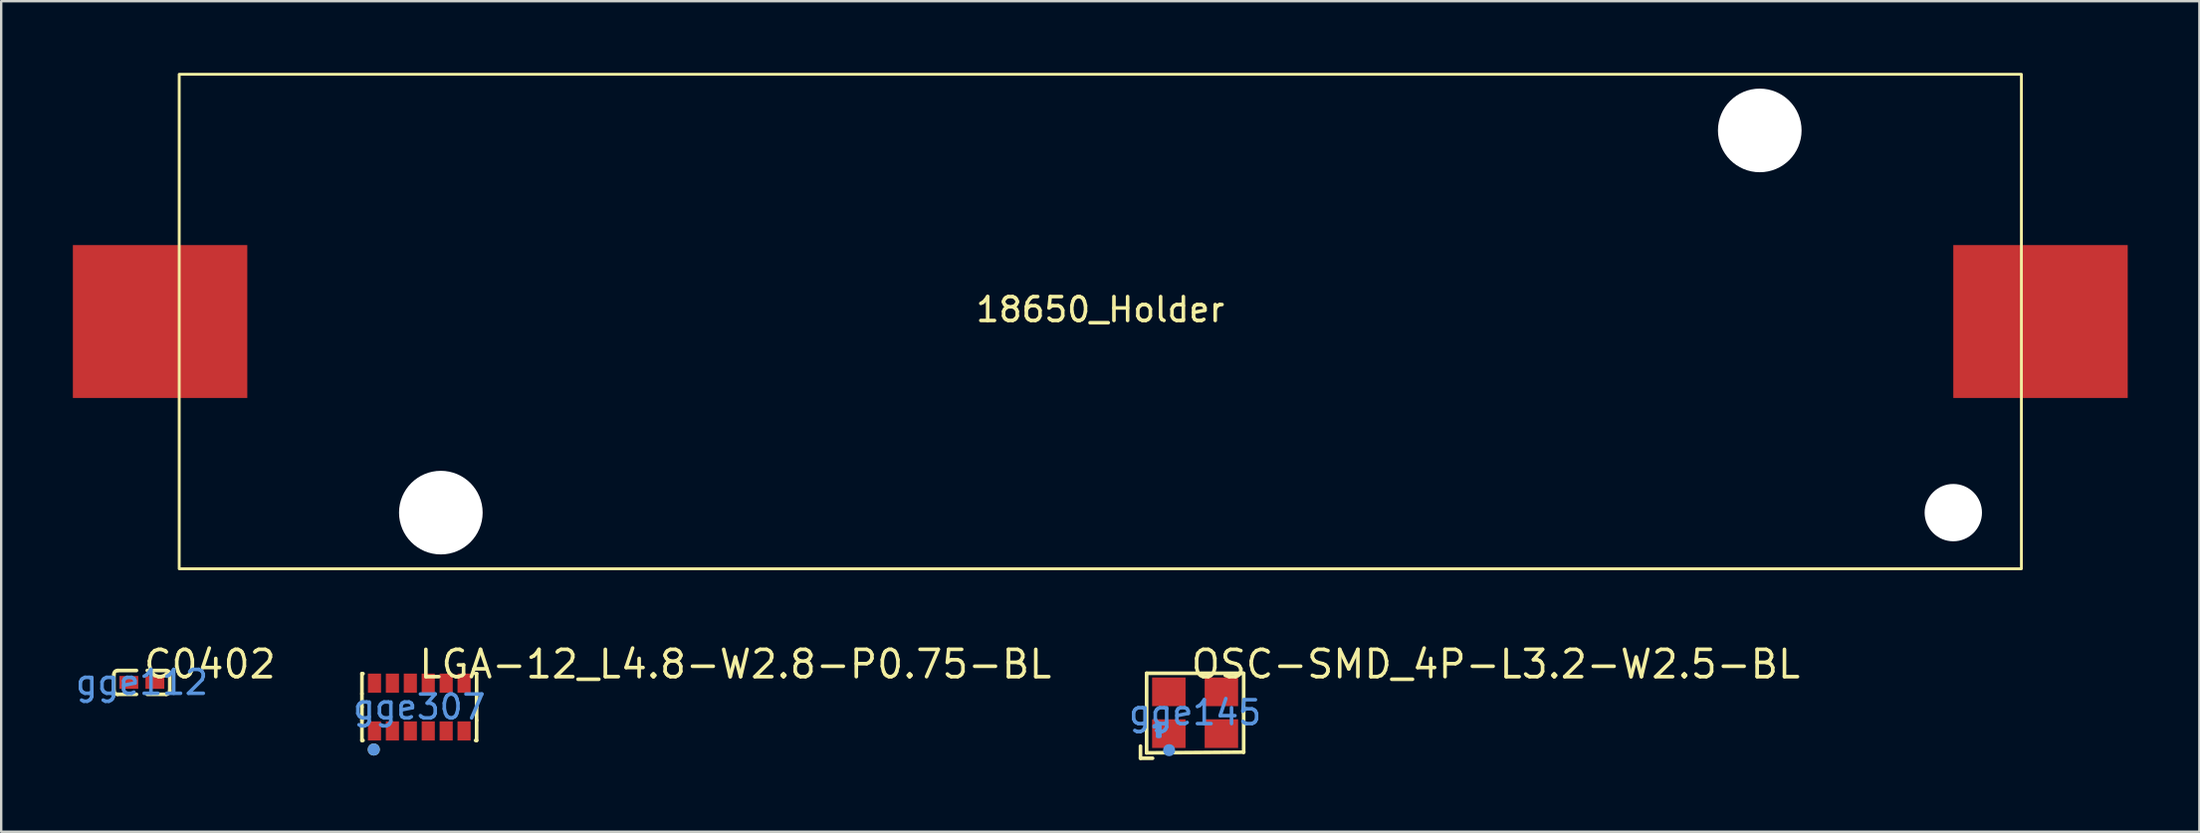
<source format=kicad_pcb>
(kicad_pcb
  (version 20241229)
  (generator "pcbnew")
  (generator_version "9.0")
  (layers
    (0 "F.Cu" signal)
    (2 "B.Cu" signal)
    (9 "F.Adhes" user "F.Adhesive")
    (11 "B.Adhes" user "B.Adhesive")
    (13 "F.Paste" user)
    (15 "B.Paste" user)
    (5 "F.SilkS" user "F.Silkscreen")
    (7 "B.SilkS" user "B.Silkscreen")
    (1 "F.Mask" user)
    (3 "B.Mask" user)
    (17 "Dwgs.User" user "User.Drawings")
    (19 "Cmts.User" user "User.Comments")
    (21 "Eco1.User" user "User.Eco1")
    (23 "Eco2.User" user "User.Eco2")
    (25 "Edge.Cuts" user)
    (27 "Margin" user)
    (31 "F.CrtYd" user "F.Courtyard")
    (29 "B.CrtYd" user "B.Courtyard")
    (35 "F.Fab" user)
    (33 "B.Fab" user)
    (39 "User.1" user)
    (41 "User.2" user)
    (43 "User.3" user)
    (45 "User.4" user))
  (footprint "C0402"
    (layer "F.Cu")
    (at 2.887 25.517)
    (property "Reference" "C0402" (at 0 -0.762 0) (layer "F.SilkS") (effects (font (size 1.143 1.143) (thickness 0.152)) (justify left)))
    (attr smd)
    (fp_line (start -1.169 0.346) (end -1.169 -0.346) (stroke (width 0.152) (type solid)) (layer "F.SilkS"))
    (fp_line (start -1.016 -0.499) (end -0.226 -0.499) (stroke (width 0.152) (type solid)) (layer "F.SilkS"))
    (fp_line (start -0.226 0.499) (end -1.016 0.499) (stroke (width 0.152) (type solid)) (layer "F.SilkS"))
    (fp_line (start 0.226 0.499) (end 1.016 0.499) (stroke (width 0.152) (type solid)) (layer "F.SilkS"))
    (fp_line (start 1.016 -0.499) (end 0.226 -0.499) (stroke (width 0.152) (type solid)) (layer "F.SilkS"))
    (fp_line (start 1.169 0.346) (end 1.169 -0.346) (stroke (width 0.152) (type solid)) (layer "F.SilkS"))
    (fp_arc (start -1.169 -0.346) (mid -1.124187 -0.454187) (end -1.016 -0.499) (stroke (width 0.152) (type solid)) (layer "F.SilkS"))
    (fp_arc (start -1.016 0.499) (mid -1.124187 0.454187) (end -1.169 0.346) (stroke (width 0.152) (type solid)) (layer "F.SilkS"))
    (fp_arc (start 1.016 -0.499) (mid 1.124187 -0.454187) (end 1.169 -0.346) (stroke (width 0.152) (type solid)) (layer "F.SilkS"))
    (fp_arc (start 1.169 0.346) (mid 1.124187 0.454187) (end 1.016 0.499) (stroke (width 0.152) (type solid)) (layer "F.SilkS"))
    (fp_poly (pts (xy -0.18 -0.225) (xy -0.18 0.225) (xy -0.25 0.275) (xy -0.73 0.275) (xy -0.78 0.225) (xy -0.78 -0.225) (xy -0.73 -0.275) (xy -0.25 -0.275)) (stroke (width 0) (type solid)) (fill yes) (layer "F.Paste"))
    (fp_poly (pts (xy 0.78 -0.225) (xy 0.78 0.225) (xy 0.73 0.275) (xy 0.25 0.275) (xy 0.18 0.225) (xy 0.18 -0.225) (xy 0.25 -0.275) (xy 0.73 -0.275)) (stroke (width 0) (type solid)) (fill yes) (layer "F.Paste"))
    (fp_text user "gge112" (at 0 0 0) (layer "Cmts.User") (effects (font (size 1 1) (thickness 0.15))))
    (pad "1" smd rect (at -0.545 0) (size 0.79 0.54) (layers "F.Cu" "F.Mask" "F.Paste"))
    (pad "2" smd rect (at 0.545 0) (size 0.79 0.54) (layers "F.Cu" "F.Mask" "F.Paste")))
  (footprint "OSC-SMD_4P-L3.2-W2.5-BL"
    (layer "F.Cu")
    (at 46.968 26.787)
    (property "Reference" "OSC-SMD_4P-L3.2-W2.5-BL" (at -0.254 -2.032 0) (layer "F.SilkS") (effects (font (size 1.143 1.143) (thickness 0.152)) (justify left)))
    (attr smd)
    (fp_line (start -2.286 1.397) (end -2.286 1.905) (stroke (width 0.152) (type solid)) (layer "F.SilkS"))
    (fp_line (start -2.286 1.905) (end -1.778 1.905) (stroke (width 0.152) (type solid)) (layer "F.SilkS"))
    (fp_line (start -2.029 -1.651) (end 2.032 -1.651) (stroke (width 0.152) (type solid)) (layer "F.SilkS"))
    (fp_line (start -2.029 1.679) (end -2.029 -1.651) (stroke (width 0.152) (type solid)) (layer "F.SilkS"))
    (fp_line (start 2.032 -1.651) (end 2.032 0) (stroke (width 0.152) (type solid)) (layer "F.SilkS"))
    (fp_line (start 2.032 0) (end 2.032 1.651) (stroke (width 0.152) (type solid)) (layer "F.SilkS"))
    (fp_line (start 2.032 1.651) (end -2.029 1.679) (stroke (width 0.152) (type solid)) (layer "F.SilkS"))
    (fp_line (start 2.032 1.651) (end 2.032 1.651) (stroke (width 0.152) (type solid)) (layer "F.SilkS"))
    (fp_circle (center -1.088 1.567) (end -0.961 1.567) (stroke (width 0.254) (type solid)) (fill no) (layer "Cmts.User"))
    (fp_poly (pts (xy -1.738 0.536) (xy -1.702 0.536) (xy -1.702 0.608) (xy -1.738 0.608)) (stroke (width 0.1) (type solid)) (fill no) (layer "Cmts.User"))
    (fp_poly (pts (xy -1.702 0.536) (xy -1.666 0.536) (xy -1.666 0.608) (xy -1.702 0.608)) (stroke (width 0.1) (type solid)) (fill no) (layer "Cmts.User"))
    (fp_poly (pts (xy -1.666 0.5) (xy -1.63 0.5) (xy -1.63 0.608) (xy -1.666 0.608)) (stroke (width 0.1) (type solid)) (fill no) (layer "Cmts.User"))
    (fp_poly (pts (xy -1.63 0.464) (xy -1.594 0.464) (xy -1.594 0.572) (xy -1.63 0.572)) (stroke (width 0.1) (type solid)) (fill no) (layer "Cmts.User"))
    (fp_poly (pts (xy -1.594 0.464) (xy -1.558 0.464) (xy -1.558 1.004) (xy -1.594 1.004)) (stroke (width 0.1) (type solid)) (fill no) (layer "Cmts.User"))
    (fp_poly (pts (xy -1.558 0.428) (xy -1.522 0.428) (xy -1.522 1.004) (xy -1.558 1.004)) (stroke (width 0.1) (type solid)) (fill no) (layer "Cmts.User"))
    (fp_poly (pts (xy -1.522 0.428) (xy -1.486 0.428) (xy -1.486 1.004) (xy -1.522 1.004)) (stroke (width 0.1) (type solid)) (fill no) (layer "Cmts.User"))
    (fp_poly (pts (xy -1.486 0.428) (xy -1.45 0.428) (xy -1.45 1.004) (xy -1.486 1.004)) (stroke (width 0.1) (type solid)) (fill no) (layer "Cmts.User"))
    (fp_text user "gge145" (at 0 0 0) (layer "Cmts.User") (effects (font (size 1 1) (thickness 0.15))))
    (pad "1" smd rect (at -1.1 0.875) (size 1.4 1.2) (layers "F.Cu" "F.Mask" "F.Paste"))
    (pad "2" smd rect (at 1.1 0.875) (size 1.4 1.2) (layers "F.Cu" "F.Mask" "F.Paste"))
    (pad "3" smd rect (at 1.1 -0.875) (size 1.4 1.2) (layers "F.Cu" "F.Mask" "F.Paste"))
    (pad "4" smd rect (at -1.1 -0.875) (size 1.4 1.2) (layers "F.Cu" "F.Mask" "F.Paste")))
  (footprint "LGA-12_L4.8-W2.8-P0.75-BL"
    (layer "F.Cu")
    (at 14.498 26.549)
    (property "Reference" "LGA-12_L4.8-W2.8-P0.75-BL" (at -0.097 -1.794 0) (layer "F.SilkS") (effects (font (size 1.143 1.143) (thickness 0.152)) (justify left)))
    (attr smd)
    (fp_line (start -2.4 -1.397) (end -2.355 -1.397) (stroke (width 0.152) (type solid)) (layer "F.SilkS"))
    (fp_line (start -2.4 -0.557) (end -2.4 -1.397) (stroke (width 0.152) (type solid)) (layer "F.SilkS"))
    (fp_line (start -2.4 0) (end -2.4 -0.557) (stroke (width 0.152) (type solid)) (layer "F.SilkS"))
    (fp_line (start -2.4 0) (end -2.4 0.557) (stroke (width 0.152) (type solid)) (layer "F.SilkS"))
    (fp_line (start -2.4 0.557) (end -2.4 1.397) (stroke (width 0.152) (type solid)) (layer "F.SilkS"))
    (fp_line (start -2.4 1.397) (end -2.355 1.397) (stroke (width 0.152) (type solid)) (layer "F.SilkS"))
    (fp_line (start 2.4 -1.397) (end 2.355 -1.397) (stroke (width 0.152) (type solid)) (layer "F.SilkS"))
    (fp_line (start 2.4 -0.557) (end 2.4 -1.397) (stroke (width 0.152) (type solid)) (layer "F.SilkS"))
    (fp_line (start 2.4 0) (end 2.4 -0.557) (stroke (width 0.152) (type solid)) (layer "F.SilkS"))
    (fp_line (start 2.4 0) (end 2.4 0.557) (stroke (width 0.152) (type solid)) (layer "F.SilkS"))
    (fp_line (start 2.4 0.557) (end 2.4 1.397) (stroke (width 0.152) (type solid)) (layer "F.SilkS"))
    (fp_line (start 2.4 1.397) (end 2.355 1.397) (stroke (width 0.152) (type solid)) (layer "F.SilkS"))
    (fp_circle (center -1.905 1.778) (end -1.778 1.778) (stroke (width 0.254) (type solid)) (fill no) (layer "F.SilkS"))
    (fp_circle (center -1.905 1.778) (end -1.778 1.778) (stroke (width 0.254) (type solid)) (fill no) (layer "Cmts.User"))
    (fp_text user "gge307" (at 0 0 0) (layer "Cmts.User") (effects (font (size 1 1) (thickness 0.15))))
    (pad "1" smd rect (at -1.875 1) (size 0.55 0.8) (layers "F.Cu" "F.Mask" "F.Paste"))
    (pad "2" smd rect (at -1.125 1) (size 0.55 0.8) (layers "F.Cu" "F.Mask" "F.Paste"))
    (pad "3" smd rect (at -0.375 1) (size 0.55 0.8) (layers "F.Cu" "F.Mask" "F.Paste"))
    (pad "4" smd rect (at 0.375 1) (size 0.55 0.8) (layers "F.Cu" "F.Mask" "F.Paste"))
    (pad "5" smd rect (at 1.125 1) (size 0.55 0.8) (layers "F.Cu" "F.Mask" "F.Paste"))
    (pad "6" smd rect (at 1.875 1) (size 0.55 0.8) (layers "F.Cu" "F.Mask" "F.Paste"))
    (pad "7" smd rect (at 1.875 -1) (size 0.55 0.8) (layers "F.Cu" "F.Mask" "F.Paste"))
    (pad "8" smd rect (at 1.125 -1) (size 0.55 0.8) (layers "F.Cu" "F.Mask" "F.Paste"))
    (pad "9" smd rect (at 0.375 -1) (size 0.55 0.8) (layers "F.Cu" "F.Mask" "F.Paste"))
    (pad "10" smd rect (at -0.375 -1) (size 0.55 0.8) (layers "F.Cu" "F.Mask" "F.Paste"))
    (pad "11" smd rect (at -1.125 -1) (size 0.55 0.8) (layers "F.Cu" "F.Mask" "F.Paste"))
    (pad "12" smd rect (at -1.875 -1) (size 0.55 0.8) (layers "F.Cu" "F.Mask" "F.Paste")))
  (footprint "18650_Holder"
    (layer "F.Cu")
    (at 43 10.41)
    (property "Reference" "18650_Holder" (at 0 -0.5 0) (unlocked yes) (layer "F.SilkS") (effects (font (size 1 1) (thickness 0.15))))
    (attr smd)
    (fp_rect (start -38.55 -10.35) (end 38.55 10.35) (stroke (width 0.12) (type solid)) (fill no) (layer "F.SilkS"))
    (pad "" np_thru_hole circle (at -27.6 8) (size 3.5 3.5) (drill 3.5) (layers "*.Cu" "*.Mask"))
    (pad "" np_thru_hole circle (at 27.6 -8) (size 3.5 3.5) (drill 3.5) (layers "*.Cu" "*.Mask"))
    (pad "" np_thru_hole circle (at 35.7 8) (size 2.4 2.4) (drill 2.4) (layers "*.Cu" "*.Mask"))
    (pad "1" smd rect (at 39.35 0) (size 7.3 6.4) (layers "F.Cu" "F.Mask" "F.Paste"))
    (pad "2" smd rect (at -39.35 0) (size 7.3 6.4) (layers "F.Cu" "F.Mask" "F.Paste")))
  (gr_rect
    (start -3 -3)
    (end 89 31.768)
    (stroke (width 0.1) (type default))
    (fill no)
    (layer "Edge.Cuts")))
</source>
